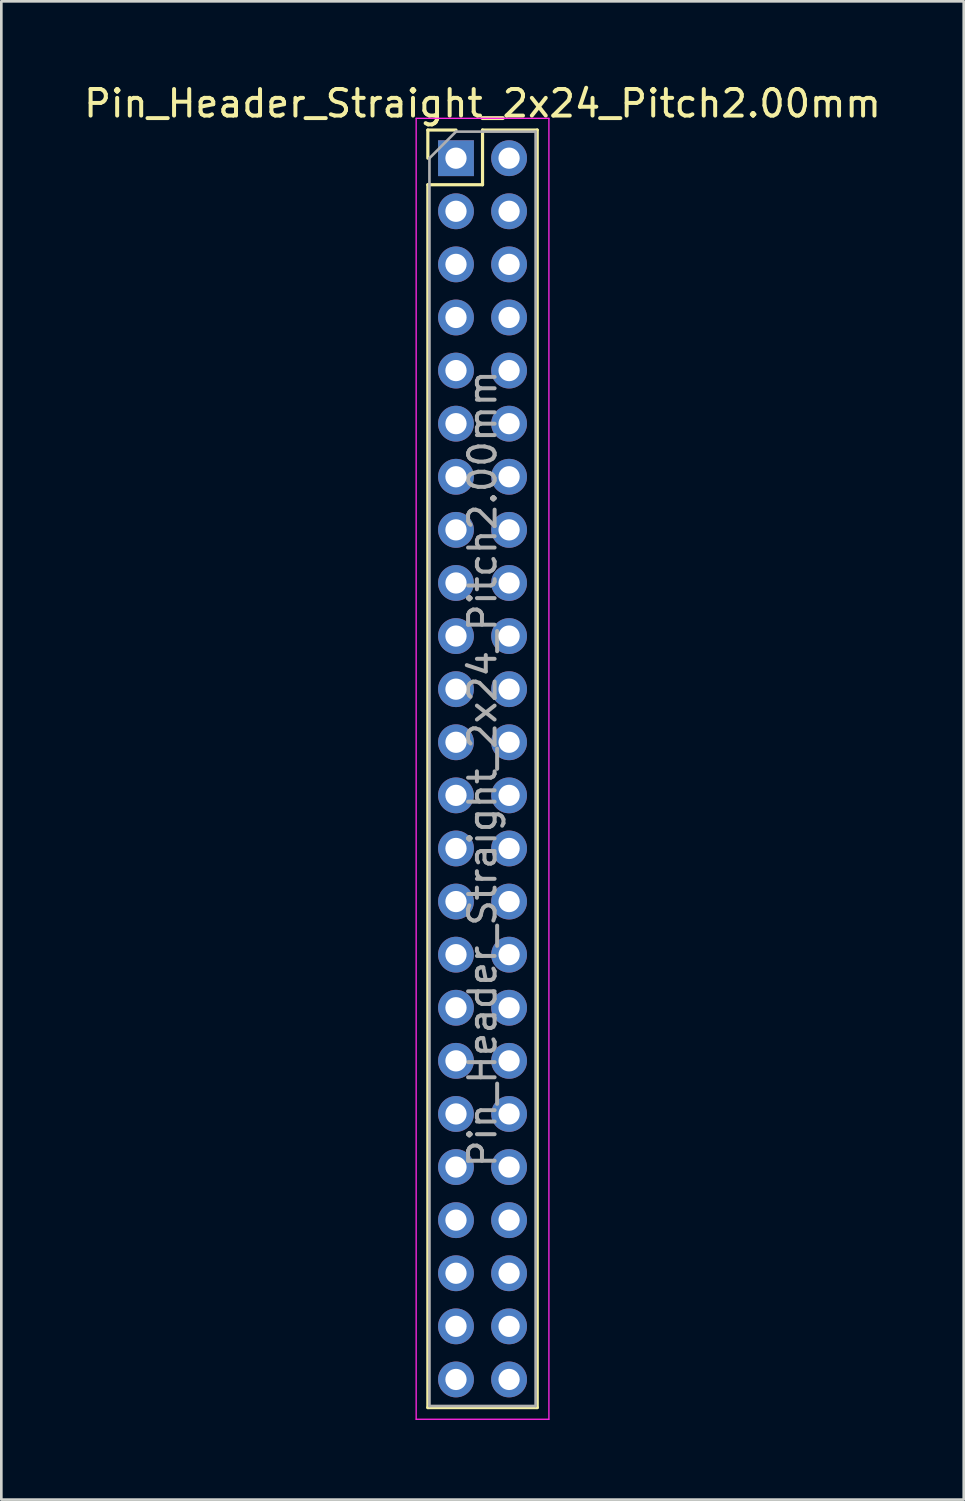
<source format=kicad_pcb>
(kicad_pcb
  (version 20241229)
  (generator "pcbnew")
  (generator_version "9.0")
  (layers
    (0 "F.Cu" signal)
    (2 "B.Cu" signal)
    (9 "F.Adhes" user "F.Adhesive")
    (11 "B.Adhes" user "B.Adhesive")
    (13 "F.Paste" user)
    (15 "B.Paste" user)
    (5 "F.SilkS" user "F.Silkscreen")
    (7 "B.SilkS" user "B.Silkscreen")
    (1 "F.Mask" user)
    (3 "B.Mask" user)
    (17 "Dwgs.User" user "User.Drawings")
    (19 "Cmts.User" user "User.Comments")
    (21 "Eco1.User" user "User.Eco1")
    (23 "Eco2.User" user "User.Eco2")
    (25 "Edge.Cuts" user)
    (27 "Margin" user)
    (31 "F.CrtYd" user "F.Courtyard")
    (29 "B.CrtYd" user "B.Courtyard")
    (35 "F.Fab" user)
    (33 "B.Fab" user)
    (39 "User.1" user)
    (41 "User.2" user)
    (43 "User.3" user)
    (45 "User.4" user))
  (footprint "Pin_Header_Straight_2x24_Pitch2.00mm"
    (layer "F.Cu")
    (at 14.125 2.908)
    (property "Reference" "Pin_Header_Straight_2x24_Pitch2.00mm" (at 1 -2.06 0) (layer "F.SilkS") (effects (font (size 1 1) (thickness 0.15))))
    (attr through_hole)
    (fp_line (start -1.06 -1.06) (end 0 -1.06) (stroke (width 0.12) (type solid)) (layer "F.SilkS"))
    (fp_line (start -1.06 0) (end -1.06 -1.06) (stroke (width 0.12) (type solid)) (layer "F.SilkS"))
    (fp_line (start -1.06 1) (end -1.06 47.06) (stroke (width 0.12) (type solid)) (layer "F.SilkS"))
    (fp_line (start -1.06 1) (end 1 1) (stroke (width 0.12) (type solid)) (layer "F.SilkS"))
    (fp_line (start -1.06 47.06) (end 3.06 47.06) (stroke (width 0.12) (type solid)) (layer "F.SilkS"))
    (fp_line (start 1 -1.06) (end 3.06 -1.06) (stroke (width 0.12) (type solid)) (layer "F.SilkS"))
    (fp_line (start 1 1) (end 1 -1.06) (stroke (width 0.12) (type solid)) (layer "F.SilkS"))
    (fp_line (start 3.06 -1.06) (end 3.06 47.06) (stroke (width 0.12) (type solid)) (layer "F.SilkS"))
    (fp_line (start -1.5 -1.5) (end -1.5 47.5) (stroke (width 0.05) (type solid)) (layer "F.CrtYd"))
    (fp_line (start -1.5 47.5) (end 3.5 47.5) (stroke (width 0.05) (type solid)) (layer "F.CrtYd"))
    (fp_line (start 3.5 -1.5) (end -1.5 -1.5) (stroke (width 0.05) (type solid)) (layer "F.CrtYd"))
    (fp_line (start 3.5 47.5) (end 3.5 -1.5) (stroke (width 0.05) (type solid)) (layer "F.CrtYd"))
    (fp_line (start -1 0) (end 0 -1) (stroke (width 0.1) (type solid)) (layer "F.Fab"))
    (fp_line (start -1 47) (end -1 0) (stroke (width 0.1) (type solid)) (layer "F.Fab"))
    (fp_line (start 0 -1) (end 3 -1) (stroke (width 0.1) (type solid)) (layer "F.Fab"))
    (fp_line (start 3 -1) (end 3 47) (stroke (width 0.1) (type solid)) (layer "F.Fab"))
    (fp_line (start 3 47) (end -1 47) (stroke (width 0.1) (type solid)) (layer "F.Fab"))
    (fp_text user "${REFERENCE}" (at 1 23 90) (layer "F.Fab") (effects (font (size 1 1) (thickness 0.15))))
    (pad "1" thru_hole rect (at 0 0) (size 1.35 1.35) (drill 0.8) (layers "*.Cu" "*.Mask"))
    (pad "2" thru_hole oval (at 2 0) (size 1.35 1.35) (drill 0.8) (layers "*.Cu" "*.Mask"))
    (pad "3" thru_hole oval (at 0 2) (size 1.35 1.35) (drill 0.8) (layers "*.Cu" "*.Mask"))
    (pad "4" thru_hole oval (at 2 2) (size 1.35 1.35) (drill 0.8) (layers "*.Cu" "*.Mask"))
    (pad "5" thru_hole oval (at 0 4) (size 1.35 1.35) (drill 0.8) (layers "*.Cu" "*.Mask"))
    (pad "6" thru_hole oval (at 2 4) (size 1.35 1.35) (drill 0.8) (layers "*.Cu" "*.Mask"))
    (pad "7" thru_hole oval (at 0 6) (size 1.35 1.35) (drill 0.8) (layers "*.Cu" "*.Mask"))
    (pad "8" thru_hole oval (at 2 6) (size 1.35 1.35) (drill 0.8) (layers "*.Cu" "*.Mask"))
    (pad "9" thru_hole oval (at 0 8) (size 1.35 1.35) (drill 0.8) (layers "*.Cu" "*.Mask"))
    (pad "10" thru_hole oval (at 2 8) (size 1.35 1.35) (drill 0.8) (layers "*.Cu" "*.Mask"))
    (pad "11" thru_hole oval (at 0 10) (size 1.35 1.35) (drill 0.8) (layers "*.Cu" "*.Mask"))
    (pad "12" thru_hole oval (at 2 10) (size 1.35 1.35) (drill 0.8) (layers "*.Cu" "*.Mask"))
    (pad "13" thru_hole oval (at 0 12) (size 1.35 1.35) (drill 0.8) (layers "*.Cu" "*.Mask"))
    (pad "14" thru_hole oval (at 2 12) (size 1.35 1.35) (drill 0.8) (layers "*.Cu" "*.Mask"))
    (pad "15" thru_hole oval (at 0 14) (size 1.35 1.35) (drill 0.8) (layers "*.Cu" "*.Mask"))
    (pad "16" thru_hole oval (at 2 14) (size 1.35 1.35) (drill 0.8) (layers "*.Cu" "*.Mask"))
    (pad "17" thru_hole oval (at 0 16) (size 1.35 1.35) (drill 0.8) (layers "*.Cu" "*.Mask"))
    (pad "18" thru_hole oval (at 2 16) (size 1.35 1.35) (drill 0.8) (layers "*.Cu" "*.Mask"))
    (pad "19" thru_hole oval (at 0 18) (size 1.35 1.35) (drill 0.8) (layers "*.Cu" "*.Mask"))
    (pad "20" thru_hole oval (at 2 18) (size 1.35 1.35) (drill 0.8) (layers "*.Cu" "*.Mask"))
    (pad "21" thru_hole oval (at 0 20) (size 1.35 1.35) (drill 0.8) (layers "*.Cu" "*.Mask"))
    (pad "22" thru_hole oval (at 2 20) (size 1.35 1.35) (drill 0.8) (layers "*.Cu" "*.Mask"))
    (pad "23" thru_hole oval (at 0 22) (size 1.35 1.35) (drill 0.8) (layers "*.Cu" "*.Mask"))
    (pad "24" thru_hole oval (at 2 22) (size 1.35 1.35) (drill 0.8) (layers "*.Cu" "*.Mask"))
    (pad "25" thru_hole oval (at 0 24) (size 1.35 1.35) (drill 0.8) (layers "*.Cu" "*.Mask"))
    (pad "26" thru_hole oval (at 2 24) (size 1.35 1.35) (drill 0.8) (layers "*.Cu" "*.Mask"))
    (pad "27" thru_hole oval (at 0 26) (size 1.35 1.35) (drill 0.8) (layers "*.Cu" "*.Mask"))
    (pad "28" thru_hole oval (at 2 26) (size 1.35 1.35) (drill 0.8) (layers "*.Cu" "*.Mask"))
    (pad "29" thru_hole oval (at 0 28) (size 1.35 1.35) (drill 0.8) (layers "*.Cu" "*.Mask"))
    (pad "30" thru_hole oval (at 2 28) (size 1.35 1.35) (drill 0.8) (layers "*.Cu" "*.Mask"))
    (pad "31" thru_hole oval (at 0 30) (size 1.35 1.35) (drill 0.8) (layers "*.Cu" "*.Mask"))
    (pad "32" thru_hole oval (at 2 30) (size 1.35 1.35) (drill 0.8) (layers "*.Cu" "*.Mask"))
    (pad "33" thru_hole oval (at 0 32) (size 1.35 1.35) (drill 0.8) (layers "*.Cu" "*.Mask"))
    (pad "34" thru_hole oval (at 2 32) (size 1.35 1.35) (drill 0.8) (layers "*.Cu" "*.Mask"))
    (pad "35" thru_hole oval (at 0 34) (size 1.35 1.35) (drill 0.8) (layers "*.Cu" "*.Mask"))
    (pad "36" thru_hole oval (at 2 34) (size 1.35 1.35) (drill 0.8) (layers "*.Cu" "*.Mask"))
    (pad "37" thru_hole oval (at 0 36) (size 1.35 1.35) (drill 0.8) (layers "*.Cu" "*.Mask"))
    (pad "38" thru_hole oval (at 2 36) (size 1.35 1.35) (drill 0.8) (layers "*.Cu" "*.Mask"))
    (pad "39" thru_hole oval (at 0 38) (size 1.35 1.35) (drill 0.8) (layers "*.Cu" "*.Mask"))
    (pad "40" thru_hole oval (at 2 38) (size 1.35 1.35) (drill 0.8) (layers "*.Cu" "*.Mask"))
    (pad "41" thru_hole oval (at 0 40) (size 1.35 1.35) (drill 0.8) (layers "*.Cu" "*.Mask"))
    (pad "42" thru_hole oval (at 2 40) (size 1.35 1.35) (drill 0.8) (layers "*.Cu" "*.Mask"))
    (pad "43" thru_hole oval (at 0 42) (size 1.35 1.35) (drill 0.8) (layers "*.Cu" "*.Mask"))
    (pad "44" thru_hole oval (at 2 42) (size 1.35 1.35) (drill 0.8) (layers "*.Cu" "*.Mask"))
    (pad "45" thru_hole oval (at 0 44) (size 1.35 1.35) (drill 0.8) (layers "*.Cu" "*.Mask"))
    (pad "46" thru_hole oval (at 2 44) (size 1.35 1.35) (drill 0.8) (layers "*.Cu" "*.Mask"))
    (pad "47" thru_hole oval (at 0 46) (size 1.35 1.35) (drill 0.8) (layers "*.Cu" "*.Mask"))
    (pad "48" thru_hole oval (at 2 46) (size 1.35 1.35) (drill 0.8) (layers "*.Cu" "*.Mask")))
  (gr_rect
    (start -3 -3)
    (end 33.25 53.433)
    (stroke (width 0.1) (type default))
    (fill no)
    (layer "Edge.Cuts")))
</source>
